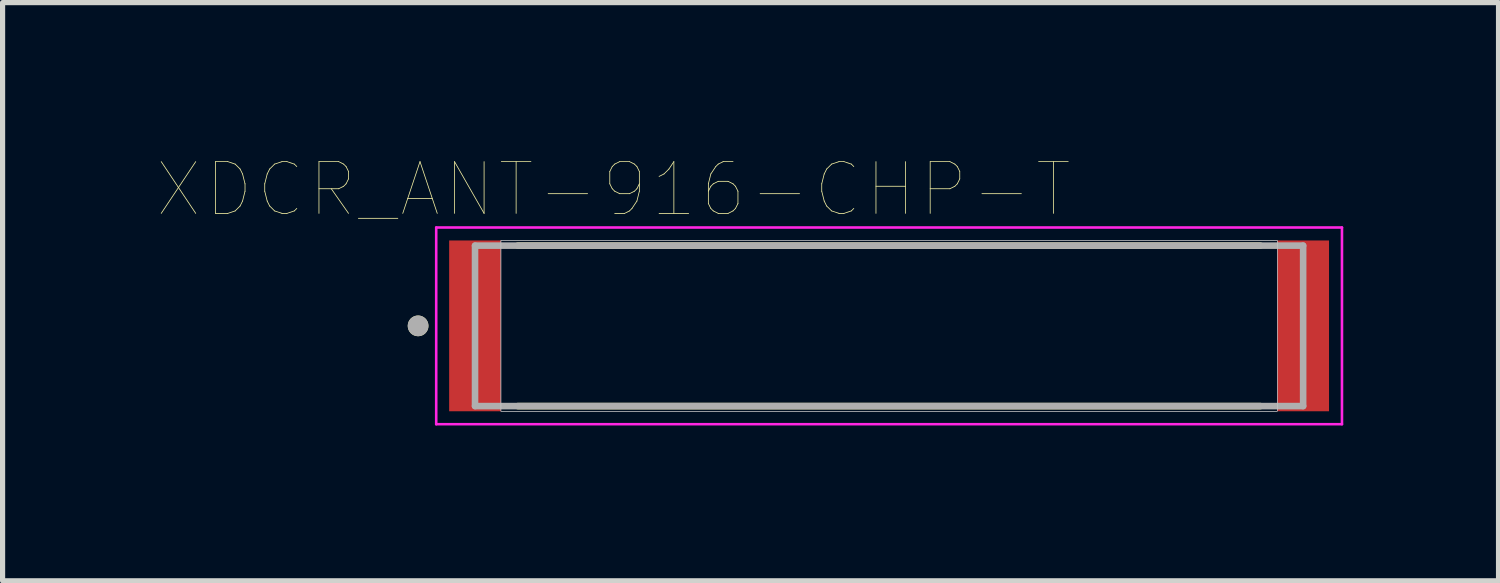
<source format=kicad_pcb>
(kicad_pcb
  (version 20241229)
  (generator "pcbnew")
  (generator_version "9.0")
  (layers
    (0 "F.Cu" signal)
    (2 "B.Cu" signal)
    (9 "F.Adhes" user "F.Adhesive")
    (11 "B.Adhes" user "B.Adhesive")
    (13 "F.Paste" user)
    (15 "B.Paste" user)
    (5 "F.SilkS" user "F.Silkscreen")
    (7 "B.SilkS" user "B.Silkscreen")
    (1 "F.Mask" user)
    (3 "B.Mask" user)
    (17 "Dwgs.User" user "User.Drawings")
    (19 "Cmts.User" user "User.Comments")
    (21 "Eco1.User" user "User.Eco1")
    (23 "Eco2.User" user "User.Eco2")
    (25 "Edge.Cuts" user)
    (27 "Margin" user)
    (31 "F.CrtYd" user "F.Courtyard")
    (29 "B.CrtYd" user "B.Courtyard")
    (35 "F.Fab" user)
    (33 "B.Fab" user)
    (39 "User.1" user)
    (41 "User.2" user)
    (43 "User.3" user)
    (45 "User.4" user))
  (footprint "XDCR_ANT-916-CHP-T"
    (layer "F.Cu")
    (at 14.128 3.246)
    (property "Reference" "XDCR_ANT-916-CHP-T" (at -5.325 -2.635 0) (layer "F.SilkS") (effects (font (size 1 1) (thickness 0.015))))
    (attr through_hole)
    (fp_line (start -7.173 -1.55) (end 7.173 -1.55) (stroke (width 0.127) (type solid)) (layer "F.SilkS"))
    (fp_line (start 7.173 1.55) (end -7.173 1.55) (stroke (width 0.127) (type solid)) (layer "F.SilkS"))
    (fp_circle (center -9.1 0) (end -9 0) (stroke (width 0.2) (type solid)) (fill no) (layer "F.SilkS"))
    (fp_poly (pts (xy -7.5 -1.65) (xy 7.5 -1.65) (xy 7.5 1.65) (xy -7.5 1.65)) (stroke (width 0.01) (type solid)) (fill no) (layer "Dwgs.User"))
    (fp_poly (pts (xy -7.5 -1.65) (xy 7.5 -1.65) (xy 7.5 1.65) (xy -7.5 1.65)) (stroke (width 0.01) (type solid)) (fill no) (layer "Dwgs.User"))
    (fp_line (start -8.75 -1.9) (end 8.75 -1.9) (stroke (width 0.05) (type solid)) (layer "F.CrtYd"))
    (fp_line (start -8.75 1.9) (end -8.75 -1.9) (stroke (width 0.05) (type solid)) (layer "F.CrtYd"))
    (fp_line (start 8.75 -1.9) (end 8.75 1.9) (stroke (width 0.05) (type solid)) (layer "F.CrtYd"))
    (fp_line (start 8.75 1.9) (end -8.75 1.9) (stroke (width 0.05) (type solid)) (layer "F.CrtYd"))
    (fp_line (start -8 -1.55) (end 8 -1.55) (stroke (width 0.127) (type solid)) (layer "F.Fab"))
    (fp_line (start -8 1.55) (end -8 -1.55) (stroke (width 0.127) (type solid)) (layer "F.Fab"))
    (fp_line (start 8 -1.55) (end 8 1.55) (stroke (width 0.127) (type solid)) (layer "F.Fab"))
    (fp_line (start 8 1.55) (end -8 1.55) (stroke (width 0.127) (type solid)) (layer "F.Fab"))
    (fp_circle (center -9.1 0) (end -9 0) (stroke (width 0.2) (type solid)) (fill no) (layer "F.Fab"))
    (pad "1" smd rect (at -8 0) (size 1 3.3) (layers "F.Cu" "F.Mask" "F.Paste"))
    (pad "2" smd rect (at 8 0) (size 1 3.3) (layers "F.Cu" "F.Mask" "F.Paste")))
  (gr_rect
    (start -3 -3)
    (end 25.903 8.171)
    (stroke (width 0.1) (type default))
    (fill no)
    (layer "Edge.Cuts")))
</source>
